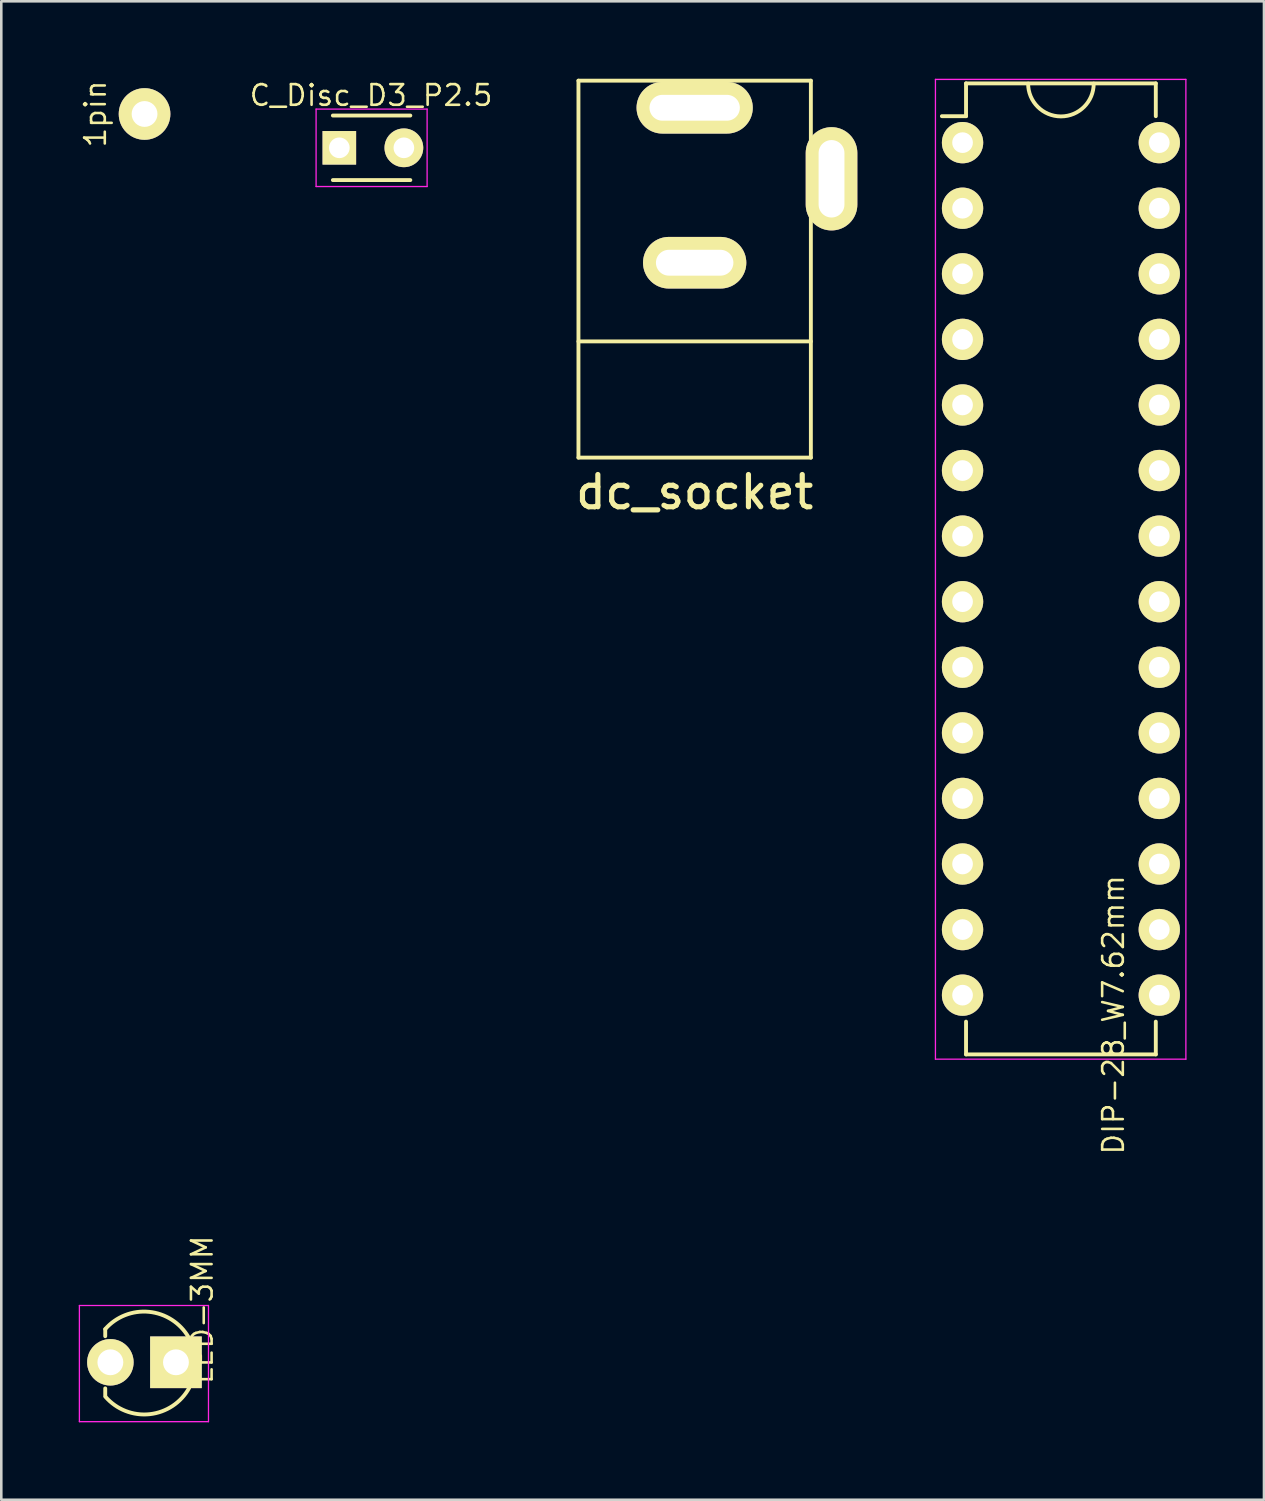
<source format=kicad_pcb>
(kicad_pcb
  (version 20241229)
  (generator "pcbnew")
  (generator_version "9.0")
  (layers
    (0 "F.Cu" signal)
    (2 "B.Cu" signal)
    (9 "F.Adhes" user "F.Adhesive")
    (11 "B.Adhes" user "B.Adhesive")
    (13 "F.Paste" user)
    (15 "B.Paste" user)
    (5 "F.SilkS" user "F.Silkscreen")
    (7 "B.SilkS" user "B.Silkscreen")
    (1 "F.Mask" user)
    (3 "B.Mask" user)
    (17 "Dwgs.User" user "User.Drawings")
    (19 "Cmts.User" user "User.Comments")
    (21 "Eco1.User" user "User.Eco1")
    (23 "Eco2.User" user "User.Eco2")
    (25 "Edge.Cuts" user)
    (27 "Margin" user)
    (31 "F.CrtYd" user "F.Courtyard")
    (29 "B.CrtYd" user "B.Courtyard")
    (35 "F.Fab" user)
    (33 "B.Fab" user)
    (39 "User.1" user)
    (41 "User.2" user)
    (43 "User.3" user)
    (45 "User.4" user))
  (footprint "dc_socket"
    (layer "F.Cu")
    (at 23.856 7.375)
    (property "Reference" "dc_socket" (at 0 8.636 0) (layer "F.SilkS") (effects (font (size 1.25 1.25) (thickness 0.2))))
    (attr through_hole)
    (fp_line (start -4.501 -7.3) (end -4.501 7.3) (stroke (width 0.15) (type solid)) (layer "F.SilkS"))
    (fp_line (start -4.501 2.799) (end 4.501 2.799) (stroke (width 0.15) (type solid)) (layer "F.SilkS"))
    (fp_line (start -4.501 7.3) (end 4.501 7.3) (stroke (width 0.15) (type solid)) (layer "F.SilkS"))
    (fp_line (start 4.501 -7.3) (end -4.501 -7.3) (stroke (width 0.15) (type solid)) (layer "F.SilkS"))
    (fp_line (start 4.501 7.3) (end 4.501 -7.3) (stroke (width 0.15) (type solid)) (layer "F.SilkS"))
    (pad "1" thru_hole oval (at 5.301 -3.5) (size 1.999 4) (drill oval 1.001 3) (layers "*.Cu" "*.Mask" "F.SilkS"))
    (pad "2" thru_hole oval (at 0 -0.249) (size 4 1.999) (drill oval 3 1.001) (layers "*.Cu" "*.Mask" "F.SilkS"))
    (pad "3" thru_hole oval (at 0 -6.251) (size 4.501 1.999) (drill oval 3.5 1.001) (layers "*.Cu" "*.Mask" "F.SilkS")))
  (footprint "1pin"
    (layer "F.Cu")
    (at 2.549 1.365)
    (property "Reference" "1pin" (at -1.905 0 90) (layer "F.SilkS") (effects (font (size 0.8 0.8) (thickness 0.1))))
    (attr through_hole)
    (pad "1" thru_hole circle (at 0 0) (size 2 2) (drill 1) (layers "*.Cu" "*.Mask" "F.SilkS")))
  (footprint "LED-3MM"
    (layer "F.Cu")
    (at 1.225 49.715)
    (property "Reference" "LED-3MM" (at 3.556 -2.032 90) (layer "F.SilkS") (effects (font (size 0.8 0.8) (thickness 0.1))))
    (attr through_hole)
    (fp_line (start -0.199 -1.28) (end -0.199 -1.01) (stroke (width 0.15) (type solid)) (layer "F.SilkS"))
    (fp_line (start -0.199 1.314) (end -0.199 1.011) (stroke (width 0.15) (type solid)) (layer "F.SilkS"))
    (fp_arc (start -0.199 -1.286) (mid 1.495903 -1.954571) (end 3.028744 -0.969643) (stroke (width 0.15) (type solid)) (layer "F.SilkS"))
    (fp_arc (start 3.051 0.994) (mid 1.522637 2.009958) (end -0.18622 1.340726) (stroke (width 0.15) (type solid)) (layer "F.SilkS"))
    (fp_line (start -1.2 -2.2) (end -1.2 2.3) (stroke (width 0.05) (type solid)) (layer "F.CrtYd"))
    (fp_line (start -1.2 2.3) (end 3.8 2.3) (stroke (width 0.05) (type solid)) (layer "F.CrtYd"))
    (fp_line (start 3.8 -2.2) (end -1.2 -2.2) (stroke (width 0.05) (type solid)) (layer "F.CrtYd"))
    (fp_line (start 3.8 2.3) (end 3.8 -2.2) (stroke (width 0.05) (type solid)) (layer "F.CrtYd"))
    (pad "1" thru_hole circle (at 0 0) (size 1.8 1.8) (drill 1.001) (layers "*.Cu" "*.Mask" "F.SilkS"))
    (pad "2" thru_hole rect (at 2.54 0 90) (size 2 2) (drill 1.001) (layers "*.Cu" "*.Mask" "F.SilkS")))
  (footprint "C_Disc_D3_P2.5"
    (layer "F.Cu")
    (at 10.093 2.675)
    (property "Reference" "C_Disc_D3_P2.5" (at 1.23 -2.032 0) (layer "F.SilkS") (effects (font (size 0.8 0.8) (thickness 0.1))))
    (attr through_hole)
    (fp_line (start -0.25 -1.25) (end 2.75 -1.25) (stroke (width 0.15) (type solid)) (layer "F.SilkS"))
    (fp_line (start 2.75 1.25) (end -0.25 1.25) (stroke (width 0.15) (type solid)) (layer "F.SilkS"))
    (fp_line (start -0.9 -1.5) (end 3.4 -1.5) (stroke (width 0.05) (type solid)) (layer "F.CrtYd"))
    (fp_line (start -0.9 1.5) (end -0.9 -1.5) (stroke (width 0.05) (type solid)) (layer "F.CrtYd"))
    (fp_line (start 3.4 -1.5) (end 3.4 1.5) (stroke (width 0.05) (type solid)) (layer "F.CrtYd"))
    (fp_line (start 3.4 1.5) (end -0.9 1.5) (stroke (width 0.05) (type solid)) (layer "F.CrtYd"))
    (pad "1" thru_hole rect (at 0 0) (size 1.3 1.3) (drill 0.8) (layers "*.Cu" "*.Mask" "F.SilkS"))
    (pad "2" thru_hole circle (at 2.5 0) (size 1.5 1.5) (drill 0.8) (layers "*.Cu" "*.Mask" "F.SilkS")))
  (footprint "DIP-28_W7.62mm"
    (layer "F.Cu")
    (at 34.232 2.475)
    (property "Reference" "DIP-28_W7.62mm" (at 5.842 33.782 90) (layer "F.SilkS") (effects (font (size 0.8 0.8) (thickness 0.1))))
    (attr through_hole)
    (fp_line (start 0.135 -2.295) (end 0.135 -1.025) (stroke (width 0.15) (type solid)) (layer "F.SilkS"))
    (fp_line (start 0.135 -2.295) (end 7.485 -2.295) (stroke (width 0.15) (type solid)) (layer "F.SilkS"))
    (fp_line (start 0.135 -1.025) (end -0.8 -1.025) (stroke (width 0.15) (type solid)) (layer "F.SilkS"))
    (fp_line (start 0.135 35.315) (end 0.135 34.045) (stroke (width 0.15) (type solid)) (layer "F.SilkS"))
    (fp_line (start 0.135 35.315) (end 7.485 35.315) (stroke (width 0.15) (type solid)) (layer "F.SilkS"))
    (fp_line (start 7.485 -2.295) (end 7.485 -1.025) (stroke (width 0.15) (type solid)) (layer "F.SilkS"))
    (fp_line (start 7.485 35.315) (end 7.485 34.045) (stroke (width 0.15) (type solid)) (layer "F.SilkS"))
    (fp_arc (start 5.08 -2.286) (mid 3.81 -1.016) (end 2.54 -2.286) (stroke (width 0.15) (type solid)) (layer "F.SilkS"))
    (fp_line (start -1.05 -2.45) (end -1.05 35.5) (stroke (width 0.05) (type solid)) (layer "F.CrtYd"))
    (fp_line (start -1.05 -2.45) (end 8.65 -2.45) (stroke (width 0.05) (type solid)) (layer "F.CrtYd"))
    (fp_line (start -1.05 35.5) (end 8.65 35.5) (stroke (width 0.05) (type solid)) (layer "F.CrtYd"))
    (fp_line (start 8.65 -2.45) (end 8.65 35.5) (stroke (width 0.05) (type solid)) (layer "F.CrtYd"))
    (pad "1" thru_hole oval (at 0 0) (size 1.6 1.6) (drill 0.8) (layers "*.Cu" "*.Mask" "F.SilkS"))
    (pad "2" thru_hole oval (at 0 2.54) (size 1.6 1.6) (drill 0.8) (layers "*.Cu" "*.Mask" "F.SilkS"))
    (pad "3" thru_hole oval (at 0 5.08) (size 1.6 1.6) (drill 0.8) (layers "*.Cu" "*.Mask" "F.SilkS"))
    (pad "4" thru_hole oval (at 0 7.62) (size 1.6 1.6) (drill 0.8) (layers "*.Cu" "*.Mask" "F.SilkS"))
    (pad "5" thru_hole oval (at 0 10.16) (size 1.6 1.6) (drill 0.8) (layers "*.Cu" "*.Mask" "F.SilkS"))
    (pad "6" thru_hole oval (at 0 12.7) (size 1.6 1.6) (drill 0.8) (layers "*.Cu" "*.Mask" "F.SilkS"))
    (pad "7" thru_hole oval (at 0 15.24) (size 1.6 1.6) (drill 0.8) (layers "*.Cu" "*.Mask" "F.SilkS"))
    (pad "8" thru_hole oval (at 0 17.78) (size 1.6 1.6) (drill 0.8) (layers "*.Cu" "*.Mask" "F.SilkS"))
    (pad "9" thru_hole oval (at 0 20.32) (size 1.6 1.6) (drill 0.8) (layers "*.Cu" "*.Mask" "F.SilkS"))
    (pad "10" thru_hole oval (at 0 22.86) (size 1.6 1.6) (drill 0.8) (layers "*.Cu" "*.Mask" "F.SilkS"))
    (pad "11" thru_hole oval (at 0 25.4) (size 1.6 1.6) (drill 0.8) (layers "*.Cu" "*.Mask" "F.SilkS"))
    (pad "12" thru_hole oval (at 0 27.94) (size 1.6 1.6) (drill 0.8) (layers "*.Cu" "*.Mask" "F.SilkS"))
    (pad "13" thru_hole oval (at 0 30.48) (size 1.6 1.6) (drill 0.8) (layers "*.Cu" "*.Mask" "F.SilkS"))
    (pad "14" thru_hole oval (at 0 33.02) (size 1.6 1.6) (drill 0.8) (layers "*.Cu" "*.Mask" "F.SilkS"))
    (pad "15" thru_hole oval (at 7.62 33.02) (size 1.6 1.6) (drill 0.8) (layers "*.Cu" "*.Mask" "F.SilkS"))
    (pad "16" thru_hole oval (at 7.62 30.48) (size 1.6 1.6) (drill 0.8) (layers "*.Cu" "*.Mask" "F.SilkS"))
    (pad "17" thru_hole oval (at 7.62 27.94) (size 1.6 1.6) (drill 0.8) (layers "*.Cu" "*.Mask" "F.SilkS"))
    (pad "18" thru_hole oval (at 7.62 25.4) (size 1.6 1.6) (drill 0.8) (layers "*.Cu" "*.Mask" "F.SilkS"))
    (pad "19" thru_hole oval (at 7.62 22.86) (size 1.6 1.6) (drill 0.8) (layers "*.Cu" "*.Mask" "F.SilkS"))
    (pad "20" thru_hole oval (at 7.62 20.32) (size 1.6 1.6) (drill 0.8) (layers "*.Cu" "*.Mask" "F.SilkS"))
    (pad "21" thru_hole oval (at 7.62 17.78) (size 1.6 1.6) (drill 0.8) (layers "*.Cu" "*.Mask" "F.SilkS"))
    (pad "22" thru_hole oval (at 7.62 15.24) (size 1.6 1.6) (drill 0.8) (layers "*.Cu" "*.Mask" "F.SilkS"))
    (pad "23" thru_hole oval (at 7.62 12.7) (size 1.6 1.6) (drill 0.8) (layers "*.Cu" "*.Mask" "F.SilkS"))
    (pad "24" thru_hole oval (at 7.62 10.16) (size 1.6 1.6) (drill 0.8) (layers "*.Cu" "*.Mask" "F.SilkS"))
    (pad "25" thru_hole oval (at 7.62 7.62) (size 1.6 1.6) (drill 0.8) (layers "*.Cu" "*.Mask" "F.SilkS"))
    (pad "26" thru_hole oval (at 7.62 5.08) (size 1.6 1.6) (drill 0.8) (layers "*.Cu" "*.Mask" "F.SilkS"))
    (pad "27" thru_hole oval (at 7.62 2.54) (size 1.6 1.6) (drill 0.8) (layers "*.Cu" "*.Mask" "F.SilkS"))
    (pad "28" thru_hole oval (at 7.62 0) (size 1.6 1.6) (drill 0.8) (layers "*.Cu" "*.Mask" "F.SilkS")))
  (gr_rect
    (start -3 -3)
    (end 45.907 55.04)
    (stroke (width 0.1) (type default))
    (fill no)
    (layer "Edge.Cuts")))
</source>
